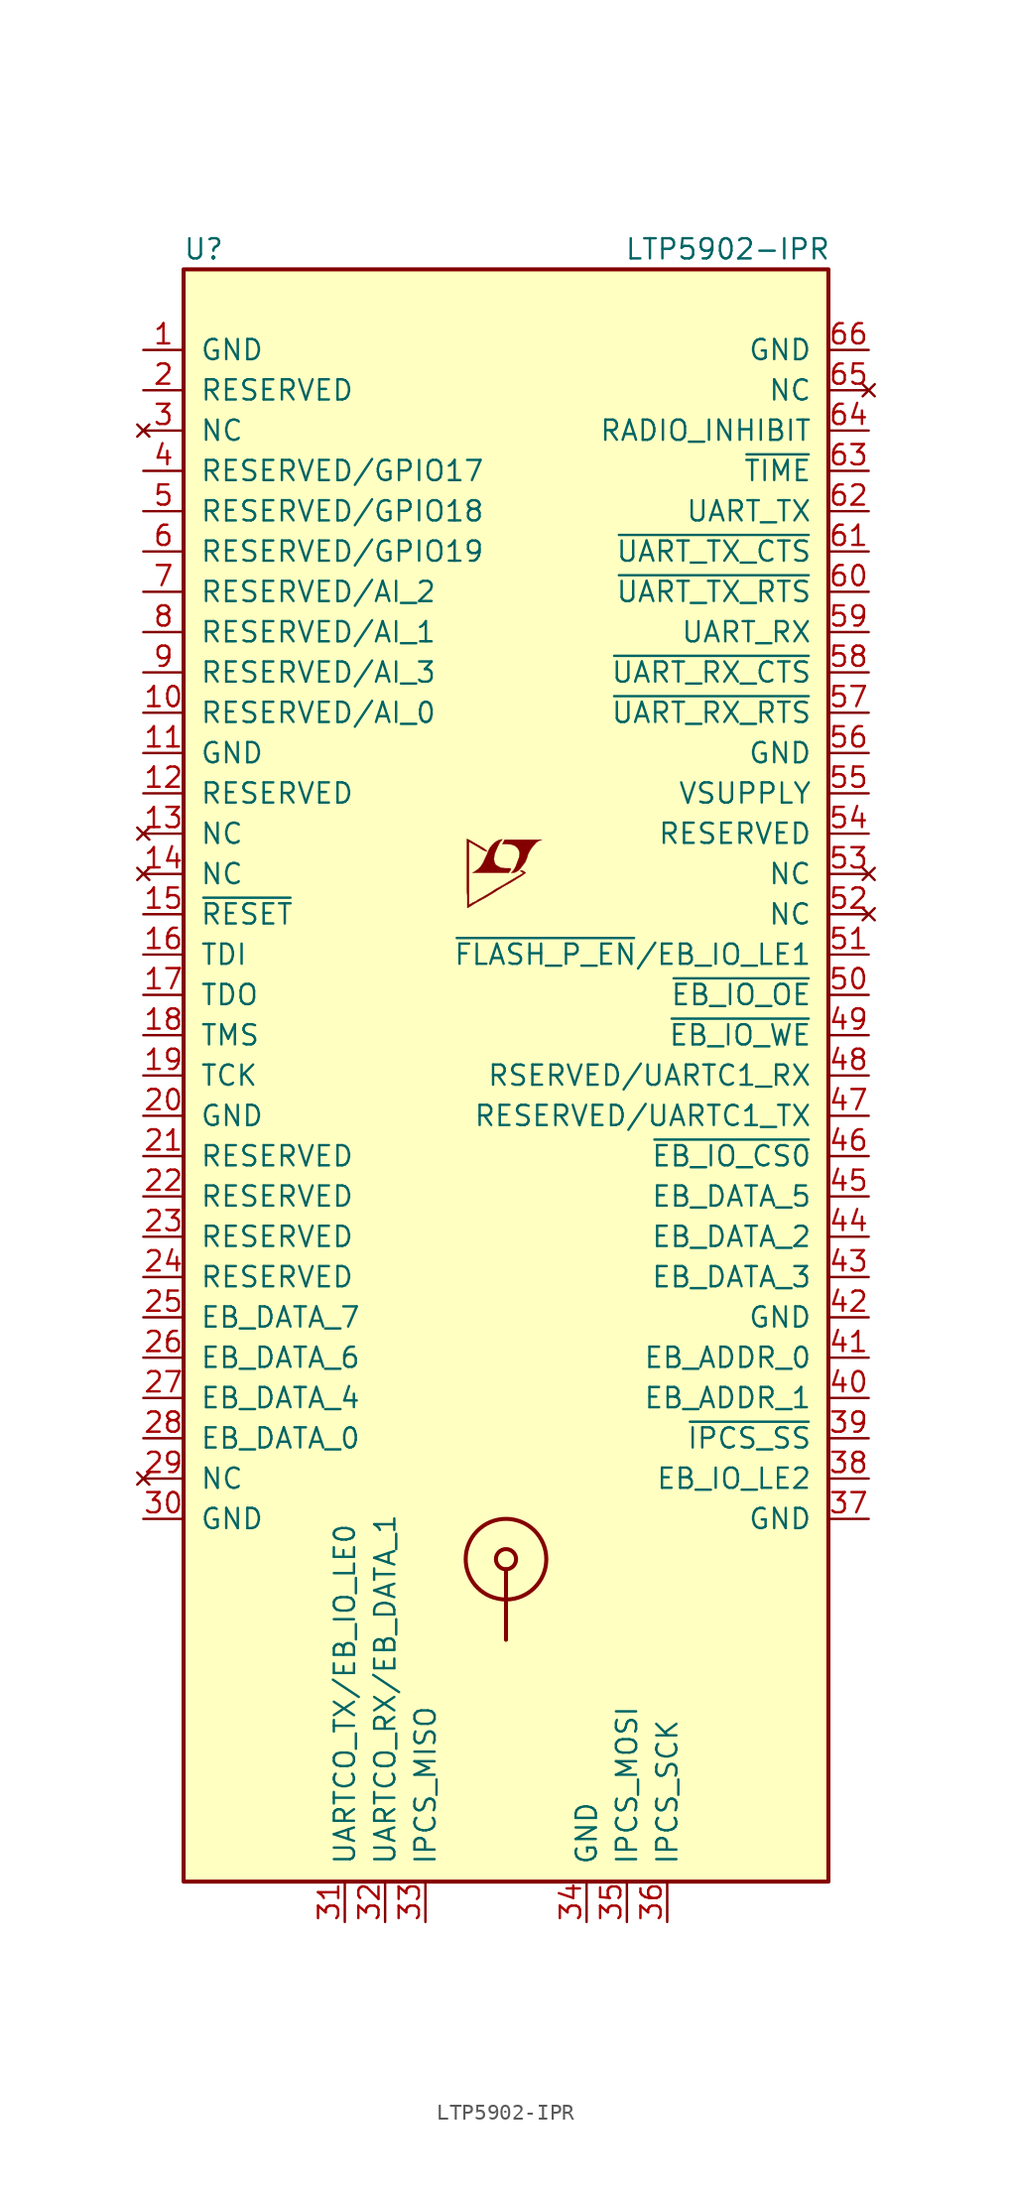
<source format=kicad_sym>
(kicad_symbol_lib
  (version 20201005)
  (generator kicad_symbol_editor)
  (symbol "LTP5902-IPR"
    (pin_names
      (offset 1.016))
    (property "Reference" "U"
      (at -19.05 52.07 0)
      (effects (font (size 1.27 1.27))))
    (property "Value" "LTP5902-IPR"
      (at 13.97 52.07 0)
      (effects (font (size 1.27 1.27))))
    (symbol "LTP5902-IPR_0_0"
      (polyline (pts (xy 0.584 12.802) (xy 0.762 12.903) (xy 0.914 13.056) (xy 1.219 13.462) (xy 1.321 13.716) (xy 1.397 13.97) (xy 1.549 14.249) (xy 1.727 14.478) (xy 1.905 14.681) (xy 2.108 14.808) (xy 2.261 14.859) (xy -0.076 14.859) (xy -0.152 14.732) (xy -0.152 14.707) (xy -0.203 14.63) (xy -0.229 14.605) (xy -0.178 14.58) (xy 0.102 14.58) (xy 0.356 14.554) (xy 0.559 14.478) (xy 0.711 14.351) (xy 0.813 14.199) (xy 0.864 14.021) (xy 0.838 13.792) (xy 0.838 13.767) (xy 0.61 13.157) (xy 0.508 12.979) (xy 0.406 12.852) (xy 0.33 12.776) (xy 0.432 12.776) (xy 0.584 12.802)) (stroke (width 0.025)) (fill (type outline)))
      (polyline (pts (xy 0.229 12.878) (xy 0.254 12.903) (xy 0.305 12.979) (xy 0.305 13.03) (xy 0.254 13.056) (xy -0.051 13.056) (xy -0.305 13.081) (xy -0.508 13.183) (xy -0.66 13.284) (xy -0.737 13.462) (xy -0.762 13.64) (xy -0.737 13.868) (xy -0.737 13.894) (xy -0.686 14.046) (xy -0.533 14.402) (xy -0.381 14.707) (xy -0.305 14.783) (xy -0.229 14.884) (xy -0.356 14.859) (xy -0.508 14.808) (xy -0.711 14.681) (xy -0.889 14.503) (xy -1.041 14.3) (xy -1.168 14.021) (xy -1.168 13.995) (xy -1.321 13.665) (xy -1.448 13.386) (xy -1.6 13.157) (xy -1.753 13.005) (xy -1.93 12.878) (xy -2.108 12.776) (xy 0.178 12.776) (xy 0.229 12.878)) (stroke (width 0.025)) (fill (type outline)))
      (polyline (pts (xy -2.362 10.592) (xy -2.286 10.643) (xy -2.159 10.719) (xy -2.083 10.77) (xy -1.829 10.922) (xy -1.27 11.227) (xy -0.762 11.532) (xy -0.533 11.684) (xy -0.356 11.786) (xy -0.203 11.887) (xy -0.102 11.938) (xy -0.025 11.989) (xy 0.127 12.065) (xy 0.305 12.167) (xy 0.711 12.421) (xy 0.889 12.522) (xy 1.041 12.624) (xy 1.143 12.7) (xy 1.219 12.751) (xy 1.245 12.776) (xy 1.092 12.878) (xy 0.94 12.929) (xy 0.914 12.903) (xy 0.914 12.878) (xy 0.991 12.827) (xy 1.092 12.751) (xy 0.178 12.217) (xy -0.025 12.09) (xy -0.33 11.913) (xy -0.66 11.735) (xy -0.965 11.532) (xy -1.27 11.354) (xy -1.524 11.201) (xy -1.727 11.1) (xy -1.905 10.973) (xy -2.083 10.897) (xy -2.21 10.82) (xy -2.311 10.77) (xy -2.337 10.744) (xy -2.337 14.732) (xy -1.803 14.427) (xy -1.676 14.351) (xy -1.524 14.249) (xy -1.372 14.173) (xy -1.295 14.148) (xy -1.245 14.122) (xy -1.219 14.122) (xy -1.219 14.173) (xy -1.295 14.224) (xy -1.422 14.326) (xy -1.6 14.427) (xy -1.727 14.503) (xy -2.083 14.707) (xy -2.21 14.783) (xy -2.464 14.91) (xy -2.464 11.633) (xy -2.438 11.328) (xy -2.438 10.566) (xy -2.413 10.566) (xy -2.362 10.592)) (stroke (width 0.025)) (fill (type outline))))
    (symbol "LTP5902-IPR_0_1"
      (circle (center 0 -30.48) (radius 0.635) (stroke (width 0.254)) (fill (type none)))
      (circle (center 0 -30.48) (radius 2.54) (stroke (width 0.254)) (fill (type none)))
      (rectangle (start -20.32 -50.8) (end 20.32 50.8) (stroke (width 0.254)) (fill (type background)))
      (polyline (pts (xy 0 -31.115) (xy 0 -35.56)) (stroke (width 0.254)) (fill (type none))))
    (symbol "LTP5902-IPR_1_1"
      (pin power_in line (at -22.86 45.72 0) (length 2.54) (name "GND" (effects (font (size 1.27 1.27)))) (number "1" (effects (font (size 1.27 1.27)))))
      (pin passive line (at -22.86 22.86 0) (length 2.54) (name "RESERVED/AI_0" (effects (font (size 1.27 1.27)))) (number "10" (effects (font (size 1.27 1.27)))))
      (pin power_in line (at -22.86 20.32 0) (length 2.54) (name "GND" (effects (font (size 1.27 1.27)))) (number "11" (effects (font (size 1.27 1.27)))))
      (pin passive line (at -22.86 17.78 0) (length 2.54) (name "RESERVED" (effects (font (size 1.27 1.27)))) (number "12" (effects (font (size 1.27 1.27)))))
      (pin unconnected line (at -22.86 15.24 0) (length 2.54) (name "NC" (effects (font (size 1.27 1.27)))) (number "13" (effects (font (size 1.27 1.27)))))
      (pin unconnected line (at -22.86 12.7 0) (length 2.54) (name "NC" (effects (font (size 1.27 1.27)))) (number "14" (effects (font (size 1.27 1.27)))))
      (pin input line (at -22.86 10.16 0) (length 2.54) (name "~RESET~" (effects (font (size 1.27 1.27)))) (number "15" (effects (font (size 1.27 1.27)))))
      (pin input line (at -22.86 7.62 0) (length 2.54) (name "TDI" (effects (font (size 1.27 1.27)))) (number "16" (effects (font (size 1.27 1.27)))))
      (pin output line (at -22.86 5.08 0) (length 2.54) (name "TDO" (effects (font (size 1.27 1.27)))) (number "17" (effects (font (size 1.27 1.27)))))
      (pin input line (at -22.86 2.54 0) (length 2.54) (name "TMS" (effects (font (size 1.27 1.27)))) (number "18" (effects (font (size 1.27 1.27)))))
      (pin input line (at -22.86 0 0) (length 2.54) (name "TCK" (effects (font (size 1.27 1.27)))) (number "19" (effects (font (size 1.27 1.27)))))
      (pin passive line (at -22.86 43.18 0) (length 2.54) (name "RESERVED" (effects (font (size 1.27 1.27)))) (number "2" (effects (font (size 1.27 1.27)))))
      (pin power_in line (at -22.86 -2.54 0) (length 2.54) (name "GND" (effects (font (size 1.27 1.27)))) (number "20" (effects (font (size 1.27 1.27)))))
      (pin passive line (at -22.86 -5.08 0) (length 2.54) (name "RESERVED" (effects (font (size 1.27 1.27)))) (number "21" (effects (font (size 1.27 1.27)))))
      (pin passive line (at -22.86 -7.62 0) (length 2.54) (name "RESERVED" (effects (font (size 1.27 1.27)))) (number "22" (effects (font (size 1.27 1.27)))))
      (pin passive line (at -22.86 -10.16 0) (length 2.54) (name "RESERVED" (effects (font (size 1.27 1.27)))) (number "23" (effects (font (size 1.27 1.27)))))
      (pin passive line (at -22.86 -12.7 0) (length 2.54) (name "RESERVED" (effects (font (size 1.27 1.27)))) (number "24" (effects (font (size 1.27 1.27)))))
      (pin bidirectional line (at -22.86 -15.24 0) (length 2.54) (name "EB_DATA_7" (effects (font (size 1.27 1.27)))) (number "25" (effects (font (size 1.27 1.27)))))
      (pin bidirectional line (at -22.86 -17.78 0) (length 2.54) (name "EB_DATA_6" (effects (font (size 1.27 1.27)))) (number "26" (effects (font (size 1.27 1.27)))))
      (pin bidirectional line (at -22.86 -20.32 0) (length 2.54) (name "EB_DATA_4" (effects (font (size 1.27 1.27)))) (number "27" (effects (font (size 1.27 1.27)))))
      (pin bidirectional line (at -22.86 -22.86 0) (length 2.54) (name "EB_DATA_0" (effects (font (size 1.27 1.27)))) (number "28" (effects (font (size 1.27 1.27)))))
      (pin unconnected line (at -22.86 -25.4 0) (length 2.54) (name "NC" (effects (font (size 1.27 1.27)))) (number "29" (effects (font (size 1.27 1.27)))))
      (pin unconnected line (at -22.86 40.64 0) (length 2.54) (name "NC" (effects (font (size 1.27 1.27)))) (number "3" (effects (font (size 1.27 1.27)))))
      (pin power_in line (at -22.86 -27.94 0) (length 2.54) (name "GND" (effects (font (size 1.27 1.27)))) (number "30" (effects (font (size 1.27 1.27)))))
      (pin output line (at -10.16 -53.34 90) (length 2.54) (name "UARTCO_TX/EB_IO_LE0" (effects (font (size 1.27 1.27)))) (number "31" (effects (font (size 1.27 1.27)))))
      (pin bidirectional line (at -7.62 -53.34 90) (length 2.54) (name "UARTCO_RX/EB_DATA_1" (effects (font (size 1.27 1.27)))) (number "32" (effects (font (size 1.27 1.27)))))
      (pin output line (at -5.08 -53.34 90) (length 2.54) (name "IPCS_MISO" (effects (font (size 1.27 1.27)))) (number "33" (effects (font (size 1.27 1.27)))))
      (pin power_in line (at 5.08 -53.34 90) (length 2.54) (name "GND" (effects (font (size 1.27 1.27)))) (number "34" (effects (font (size 1.27 1.27)))))
      (pin input line (at 7.62 -53.34 90) (length 2.54) (name "IPCS_MOSI" (effects (font (size 1.27 1.27)))) (number "35" (effects (font (size 1.27 1.27)))))
      (pin input line (at 10.16 -53.34 90) (length 2.54) (name "IPCS_SCK" (effects (font (size 1.27 1.27)))) (number "36" (effects (font (size 1.27 1.27)))))
      (pin power_in line (at 22.86 -27.94 180) (length 2.54) (name "GND" (effects (font (size 1.27 1.27)))) (number "37" (effects (font (size 1.27 1.27)))))
      (pin output line (at 22.86 -25.4 180) (length 2.54) (name "EB_IO_LE2" (effects (font (size 1.27 1.27)))) (number "38" (effects (font (size 1.27 1.27)))))
      (pin input line (at 22.86 -22.86 180) (length 2.54) (name "~IPCS_SS~" (effects (font (size 1.27 1.27)))) (number "39" (effects (font (size 1.27 1.27)))))
      (pin passive line (at -22.86 38.1 0) (length 2.54) (name "RESERVED/GPIO17" (effects (font (size 1.27 1.27)))) (number "4" (effects (font (size 1.27 1.27)))))
      (pin output line (at 22.86 -20.32 180) (length 2.54) (name "EB_ADDR_1" (effects (font (size 1.27 1.27)))) (number "40" (effects (font (size 1.27 1.27)))))
      (pin output line (at 22.86 -17.78 180) (length 2.54) (name "EB_ADDR_0" (effects (font (size 1.27 1.27)))) (number "41" (effects (font (size 1.27 1.27)))))
      (pin power_in line (at 22.86 -15.24 180) (length 2.54) (name "GND" (effects (font (size 1.27 1.27)))) (number "42" (effects (font (size 1.27 1.27)))))
      (pin bidirectional line (at 22.86 -12.7 180) (length 2.54) (name "EB_DATA_3" (effects (font (size 1.27 1.27)))) (number "43" (effects (font (size 1.27 1.27)))))
      (pin bidirectional line (at 22.86 -10.16 180) (length 2.54) (name "EB_DATA_2" (effects (font (size 1.27 1.27)))) (number "44" (effects (font (size 1.27 1.27)))))
      (pin bidirectional line (at 22.86 -7.62 180) (length 2.54) (name "EB_DATA_5" (effects (font (size 1.27 1.27)))) (number "45" (effects (font (size 1.27 1.27)))))
      (pin output line (at 22.86 -5.08 180) (length 2.54) (name "~EB_IO_CS0~" (effects (font (size 1.27 1.27)))) (number "46" (effects (font (size 1.27 1.27)))))
      (pin output line (at 22.86 -2.54 180) (length 2.54) (name "RESERVED/UARTC1_TX" (effects (font (size 1.27 1.27)))) (number "47" (effects (font (size 1.27 1.27)))))
      (pin input line (at 22.86 0 180) (length 2.54) (name "RSERVED/UARTC1_RX" (effects (font (size 1.27 1.27)))) (number "48" (effects (font (size 1.27 1.27)))))
      (pin output line (at 22.86 2.54 180) (length 2.54) (name "~EB_IO_WE~" (effects (font (size 1.27 1.27)))) (number "49" (effects (font (size 1.27 1.27)))))
      (pin passive line (at -22.86 35.56 0) (length 2.54) (name "RESERVED/GPIO18" (effects (font (size 1.27 1.27)))) (number "5" (effects (font (size 1.27 1.27)))))
      (pin output line (at 22.86 5.08 180) (length 2.54) (name "~EB_IO_OE~" (effects (font (size 1.27 1.27)))) (number "50" (effects (font (size 1.27 1.27)))))
      (pin passive line (at 22.86 7.62 180) (length 2.54) (name "~FLASH_P_EN~/EB_IO_LE1" (effects (font (size 1.27 1.27)))) (number "51" (effects (font (size 1.27 1.27)))))
      (pin unconnected line (at 22.86 10.16 180) (length 2.54) (name "NC" (effects (font (size 1.27 1.27)))) (number "52" (effects (font (size 1.27 1.27)))))
      (pin unconnected line (at 22.86 12.7 180) (length 2.54) (name "NC" (effects (font (size 1.27 1.27)))) (number "53" (effects (font (size 1.27 1.27)))))
      (pin passive line (at 22.86 15.24 180) (length 2.54) (name "RESERVED" (effects (font (size 1.27 1.27)))) (number "54" (effects (font (size 1.27 1.27)))))
      (pin power_in line (at 22.86 17.78 180) (length 2.54) (name "VSUPPLY" (effects (font (size 1.27 1.27)))) (number "55" (effects (font (size 1.27 1.27)))))
      (pin power_in line (at 22.86 20.32 180) (length 2.54) (name "GND" (effects (font (size 1.27 1.27)))) (number "56" (effects (font (size 1.27 1.27)))))
      (pin input line (at 22.86 22.86 180) (length 2.54) (name "~UART_RX_RTS~" (effects (font (size 1.27 1.27)))) (number "57" (effects (font (size 1.27 1.27)))))
      (pin output line (at 22.86 25.4 180) (length 2.54) (name "~UART_RX_CTS~" (effects (font (size 1.27 1.27)))) (number "58" (effects (font (size 1.27 1.27)))))
      (pin input line (at 22.86 27.94 180) (length 2.54) (name "UART_RX" (effects (font (size 1.27 1.27)))) (number "59" (effects (font (size 1.27 1.27)))))
      (pin passive line (at -22.86 33.02 0) (length 2.54) (name "RESERVED/GPIO19" (effects (font (size 1.27 1.27)))) (number "6" (effects (font (size 1.27 1.27)))))
      (pin output line (at 22.86 30.48 180) (length 2.54) (name "~UART_TX_RTS~" (effects (font (size 1.27 1.27)))) (number "60" (effects (font (size 1.27 1.27)))))
      (pin input line (at 22.86 33.02 180) (length 2.54) (name "~UART_TX_CTS~" (effects (font (size 1.27 1.27)))) (number "61" (effects (font (size 1.27 1.27)))))
      (pin output line (at 22.86 35.56 180) (length 2.54) (name "UART_TX" (effects (font (size 1.27 1.27)))) (number "62" (effects (font (size 1.27 1.27)))))
      (pin input line (at 22.86 38.1 180) (length 2.54) (name "~TIME~" (effects (font (size 1.27 1.27)))) (number "63" (effects (font (size 1.27 1.27)))))
      (pin input line (at 22.86 40.64 180) (length 2.54) (name "RADIO_INHIBIT" (effects (font (size 1.27 1.27)))) (number "64" (effects (font (size 1.27 1.27)))))
      (pin unconnected line (at 22.86 43.18 180) (length 2.54) (name "NC" (effects (font (size 1.27 1.27)))) (number "65" (effects (font (size 1.27 1.27)))))
      (pin power_in line (at 22.86 45.72 180) (length 2.54) (name "GND" (effects (font (size 1.27 1.27)))) (number "66" (effects (font (size 1.27 1.27)))))
      (pin passive line (at -22.86 30.48 0) (length 2.54) (name "RESERVED/AI_2" (effects (font (size 1.27 1.27)))) (number "7" (effects (font (size 1.27 1.27)))))
      (pin passive line (at -22.86 27.94 0) (length 2.54) (name "RESERVED/AI_1" (effects (font (size 1.27 1.27)))) (number "8" (effects (font (size 1.27 1.27)))))
      (pin passive line (at -22.86 25.4 0) (length 2.54) (name "RESERVED/AI_3" (effects (font (size 1.27 1.27)))) (number "9" (effects (font (size 1.27 1.27))))))))
</source>
